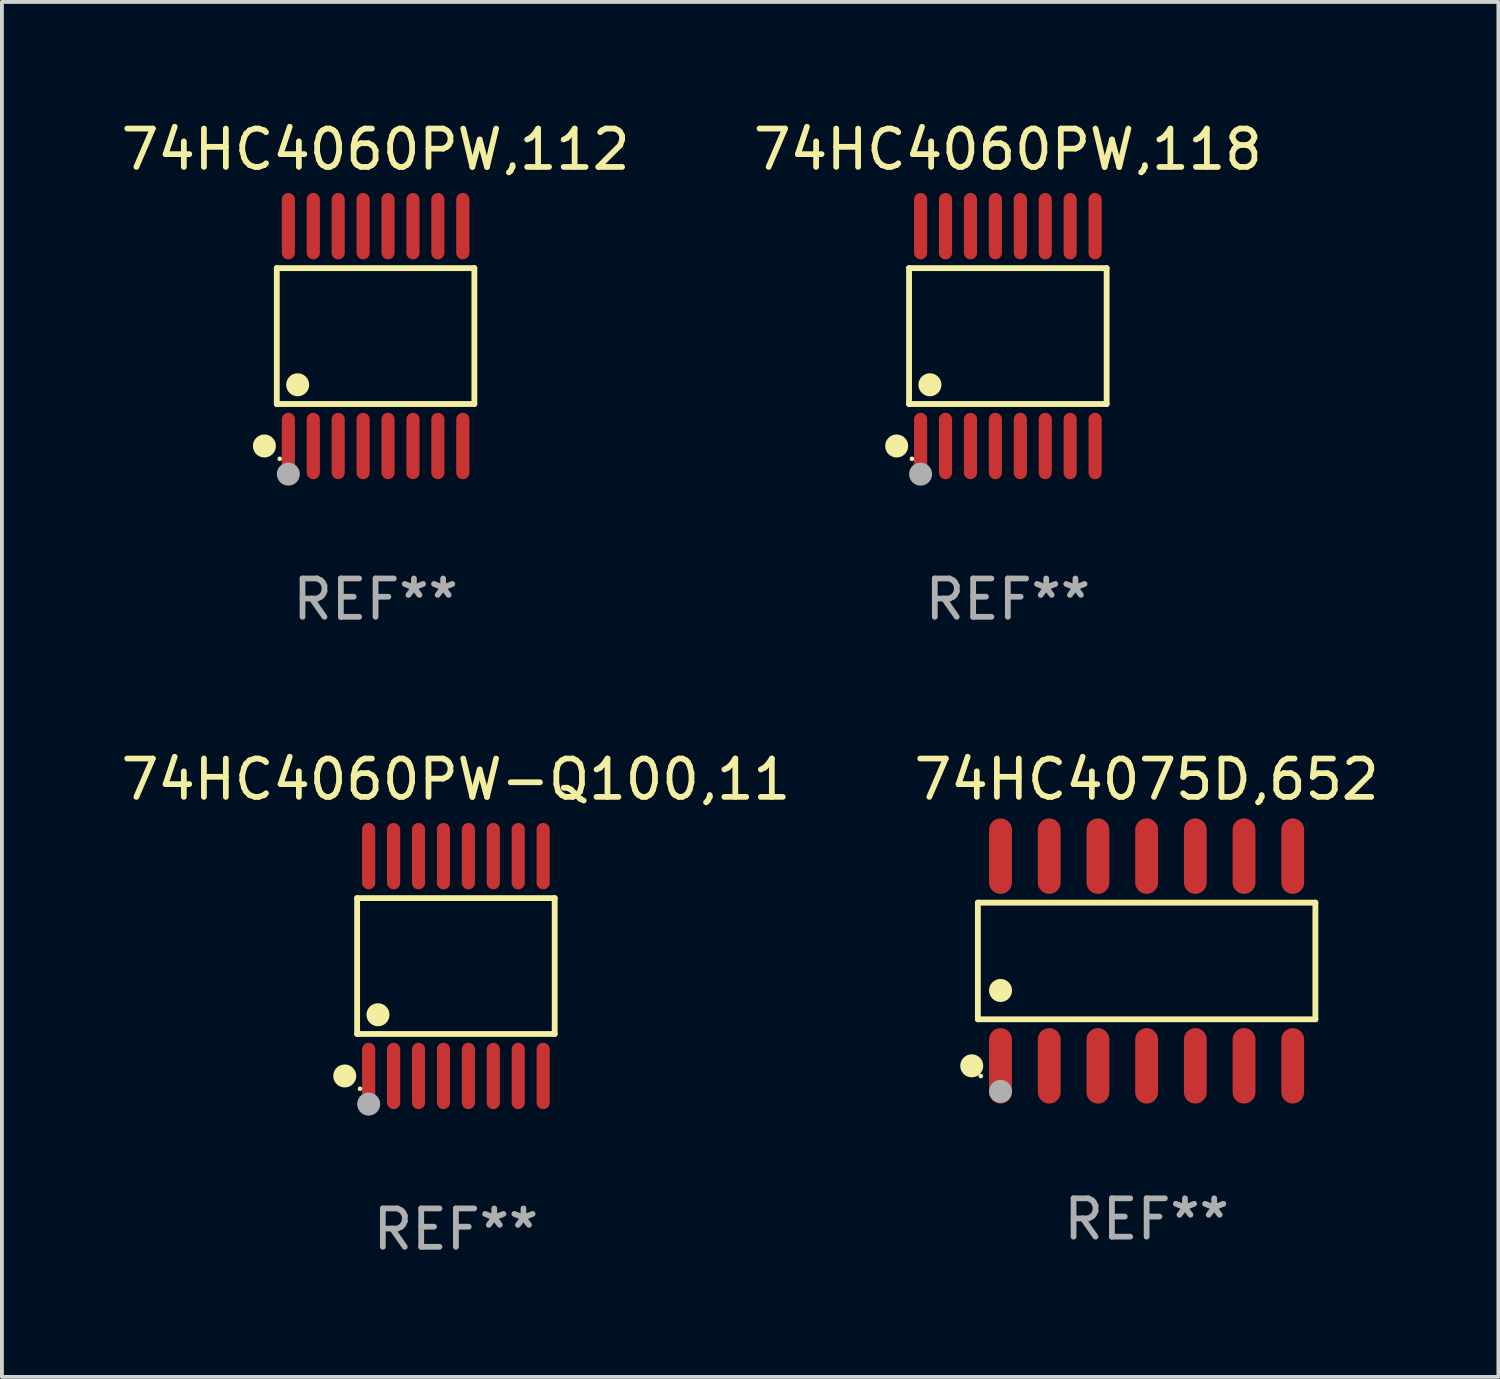
<source format=kicad_pcb>
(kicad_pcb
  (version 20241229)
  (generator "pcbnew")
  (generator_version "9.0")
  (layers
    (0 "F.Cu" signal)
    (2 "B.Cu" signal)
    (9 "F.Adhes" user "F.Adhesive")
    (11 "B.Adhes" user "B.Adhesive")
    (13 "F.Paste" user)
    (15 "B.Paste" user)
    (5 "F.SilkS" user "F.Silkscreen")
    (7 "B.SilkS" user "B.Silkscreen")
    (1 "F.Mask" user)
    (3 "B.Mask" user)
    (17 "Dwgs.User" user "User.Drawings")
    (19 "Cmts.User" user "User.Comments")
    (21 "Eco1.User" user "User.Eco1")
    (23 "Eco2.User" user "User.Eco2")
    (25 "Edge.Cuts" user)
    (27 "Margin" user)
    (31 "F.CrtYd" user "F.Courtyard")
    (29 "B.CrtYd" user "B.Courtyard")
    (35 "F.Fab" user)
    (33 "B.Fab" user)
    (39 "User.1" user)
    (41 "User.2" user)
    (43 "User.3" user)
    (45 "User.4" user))
  (footprint "74HC4075D,652"
    (layer "F.Cu")
    (at 26.851 22.01)
    (property "Reference" "74HC4075D,652" (at 0 -4.734 0) (layer "F.SilkS") (effects (font (size 1 1) (thickness 0.15))))
    (attr through_hole)
    (fp_line (start -4.401 -1.521) (end 4.401 -1.521) (stroke (width 0.152) (type solid)) (layer "F.SilkS"))
    (fp_line (start -4.401 1.521) (end -4.401 -1.521) (stroke (width 0.152) (type solid)) (layer "F.SilkS"))
    (fp_line (start 4.401 -1.521) (end 4.401 1.521) (stroke (width 0.152) (type solid)) (layer "F.SilkS"))
    (fp_line (start 4.401 1.521) (end -4.401 1.521) (stroke (width 0.152) (type solid)) (layer "F.SilkS"))
    (fp_circle (center -4.56 2.734) (end -4.41 2.734) (stroke (width 0.3) (type solid)) (fill no) (layer "F.SilkS"))
    (fp_circle (center -4.325 3) (end -4.295 3) (stroke (width 0.06) (type solid)) (fill no) (layer "F.SilkS"))
    (fp_circle (center -3.81 0.769) (end -3.66 0.769) (stroke (width 0.3) (type solid)) (fill no) (layer "F.SilkS"))
    (fp_circle (center -3.81 3.4) (end -3.66 3.4) (stroke (width 0.3) (type solid)) (fill no) (layer "F.Fab"))
    (fp_text user "REF**" (at 0 6.734 0) (layer "F.Fab") (effects (font (size 1 1) (thickness 0.15))))
    (pad "1" smd oval (at -3.81 2.734) (size 0.595 1.968) (layers "F.Cu" "F.Mask" "F.Paste"))
    (pad "2" smd oval (at -2.54 2.734) (size 0.595 1.968) (layers "F.Cu" "F.Mask" "F.Paste"))
    (pad "3" smd oval (at -1.27 2.734) (size 0.595 1.968) (layers "F.Cu" "F.Mask" "F.Paste"))
    (pad "4" smd oval (at 0 2.734) (size 0.595 1.968) (layers "F.Cu" "F.Mask" "F.Paste"))
    (pad "5" smd oval (at 1.27 2.734) (size 0.595 1.968) (layers "F.Cu" "F.Mask" "F.Paste"))
    (pad "6" smd oval (at 2.54 2.734) (size 0.595 1.968) (layers "F.Cu" "F.Mask" "F.Paste"))
    (pad "7" smd oval (at 3.81 2.734) (size 0.595 1.968) (layers "F.Cu" "F.Mask" "F.Paste"))
    (pad "8" smd oval (at 3.81 -2.734) (size 0.595 1.968) (layers "F.Cu" "F.Mask" "F.Paste"))
    (pad "9" smd oval (at 2.54 -2.734) (size 0.595 1.968) (layers "F.Cu" "F.Mask" "F.Paste"))
    (pad "10" smd oval (at 1.27 -2.734) (size 0.595 1.968) (layers "F.Cu" "F.Mask" "F.Paste"))
    (pad "11" smd oval (at 0 -2.734) (size 0.595 1.968) (layers "F.Cu" "F.Mask" "F.Paste"))
    (pad "12" smd oval (at -1.27 -2.734) (size 0.595 1.968) (layers "F.Cu" "F.Mask" "F.Paste"))
    (pad "13" smd oval (at -2.54 -2.734) (size 0.595 1.968) (layers "F.Cu" "F.Mask" "F.Paste"))
    (pad "14" smd oval (at -3.81 -2.734) (size 0.595 1.968) (layers "F.Cu" "F.Mask" "F.Paste")))
  (footprint "74HC4060PW,112"
    (layer "F.Cu")
    (at 6.744 5.714)
    (property "Reference" "74HC4060PW,112" (at 0 -4.866 0) (layer "F.SilkS") (effects (font (size 1 1) (thickness 0.15))))
    (attr through_hole)
    (fp_line (start -2.576 -1.772) (end 2.576 -1.772) (stroke (width 0.152) (type solid)) (layer "F.SilkS"))
    (fp_line (start -2.576 1.771) (end -2.576 -1.772) (stroke (width 0.152) (type solid)) (layer "F.SilkS"))
    (fp_line (start 2.576 -1.772) (end 2.576 1.771) (stroke (width 0.152) (type solid)) (layer "F.SilkS"))
    (fp_line (start 2.576 1.771) (end -2.576 1.771) (stroke (width 0.152) (type solid)) (layer "F.SilkS"))
    (fp_circle (center -2.899 2.866) (end -2.749 2.866) (stroke (width 0.3) (type solid)) (fill no) (layer "F.SilkS"))
    (fp_circle (center -2.5 3.2) (end -2.47 3.2) (stroke (width 0.06) (type solid)) (fill no) (layer "F.SilkS"))
    (fp_circle (center -2.032 1.27) (end -1.882 1.27) (stroke (width 0.3) (type solid)) (fill no) (layer "F.SilkS"))
    (fp_circle (center -2.275 3.6) (end -2.125 3.6) (stroke (width 0.3) (type solid)) (fill no) (layer "F.Fab"))
    (fp_text user "REF**" (at 0 6.866 0) (layer "F.Fab") (effects (font (size 1 1) (thickness 0.15))))
    (pad "1" smd oval (at -2.275 2.866) (size 0.343 1.731) (layers "F.Cu" "F.Mask" "F.Paste"))
    (pad "2" smd oval (at -1.625 2.866) (size 0.343 1.731) (layers "F.Cu" "F.Mask" "F.Paste"))
    (pad "3" smd oval (at -0.975 2.866) (size 0.343 1.731) (layers "F.Cu" "F.Mask" "F.Paste"))
    (pad "4" smd oval (at -0.325 2.866) (size 0.343 1.731) (layers "F.Cu" "F.Mask" "F.Paste"))
    (pad "5" smd oval (at 0.325 2.866) (size 0.343 1.731) (layers "F.Cu" "F.Mask" "F.Paste"))
    (pad "6" smd oval (at 0.975 2.866) (size 0.343 1.731) (layers "F.Cu" "F.Mask" "F.Paste"))
    (pad "7" smd oval (at 1.625 2.866) (size 0.343 1.731) (layers "F.Cu" "F.Mask" "F.Paste"))
    (pad "8" smd oval (at 2.275 2.866) (size 0.343 1.731) (layers "F.Cu" "F.Mask" "F.Paste"))
    (pad "9" smd oval (at 2.275 -2.866) (size 0.343 1.731) (layers "F.Cu" "F.Mask" "F.Paste"))
    (pad "10" smd oval (at 1.625 -2.866) (size 0.343 1.731) (layers "F.Cu" "F.Mask" "F.Paste"))
    (pad "11" smd oval (at 0.975 -2.866) (size 0.343 1.731) (layers "F.Cu" "F.Mask" "F.Paste"))
    (pad "12" smd oval (at 0.325 -2.866) (size 0.343 1.731) (layers "F.Cu" "F.Mask" "F.Paste"))
    (pad "13" smd oval (at -0.325 -2.866) (size 0.343 1.731) (layers "F.Cu" "F.Mask" "F.Paste"))
    (pad "14" smd oval (at -0.975 -2.866) (size 0.343 1.731) (layers "F.Cu" "F.Mask" "F.Paste"))
    (pad "15" smd oval (at -1.625 -2.866) (size 0.343 1.731) (layers "F.Cu" "F.Mask" "F.Paste"))
    (pad "16" smd oval (at -2.275 -2.866) (size 0.343 1.731) (layers "F.Cu" "F.Mask" "F.Paste")))
  (footprint "74HC4060PW-Q100,11"
    (layer "F.Cu")
    (at 8.839 22.142)
    (property "Reference" "74HC4060PW-Q100,11" (at 0 -4.866 0) (layer "F.SilkS") (effects (font (size 1 1) (thickness 0.15))))
    (attr through_hole)
    (fp_line (start -2.576 -1.772) (end 2.576 -1.772) (stroke (width 0.152) (type solid)) (layer "F.SilkS"))
    (fp_line (start -2.576 1.771) (end -2.576 -1.772) (stroke (width 0.152) (type solid)) (layer "F.SilkS"))
    (fp_line (start 2.576 -1.772) (end 2.576 1.771) (stroke (width 0.152) (type solid)) (layer "F.SilkS"))
    (fp_line (start 2.576 1.771) (end -2.576 1.771) (stroke (width 0.152) (type solid)) (layer "F.SilkS"))
    (fp_circle (center -2.899 2.866) (end -2.749 2.866) (stroke (width 0.3) (type solid)) (fill no) (layer "F.SilkS"))
    (fp_circle (center -2.5 3.2) (end -2.47 3.2) (stroke (width 0.06) (type solid)) (fill no) (layer "F.SilkS"))
    (fp_circle (center -2.032 1.27) (end -1.882 1.27) (stroke (width 0.3) (type solid)) (fill no) (layer "F.SilkS"))
    (fp_circle (center -2.275 3.6) (end -2.125 3.6) (stroke (width 0.3) (type solid)) (fill no) (layer "F.Fab"))
    (fp_text user "REF**" (at 0 6.866 0) (layer "F.Fab") (effects (font (size 1 1) (thickness 0.15))))
    (pad "1" smd oval (at -2.275 2.866) (size 0.343 1.731) (layers "F.Cu" "F.Mask" "F.Paste"))
    (pad "2" smd oval (at -1.625 2.866) (size 0.343 1.731) (layers "F.Cu" "F.Mask" "F.Paste"))
    (pad "3" smd oval (at -0.975 2.866) (size 0.343 1.731) (layers "F.Cu" "F.Mask" "F.Paste"))
    (pad "4" smd oval (at -0.325 2.866) (size 0.343 1.731) (layers "F.Cu" "F.Mask" "F.Paste"))
    (pad "5" smd oval (at 0.325 2.866) (size 0.343 1.731) (layers "F.Cu" "F.Mask" "F.Paste"))
    (pad "6" smd oval (at 0.975 2.866) (size 0.343 1.731) (layers "F.Cu" "F.Mask" "F.Paste"))
    (pad "7" smd oval (at 1.625 2.866) (size 0.343 1.731) (layers "F.Cu" "F.Mask" "F.Paste"))
    (pad "8" smd oval (at 2.275 2.866) (size 0.343 1.731) (layers "F.Cu" "F.Mask" "F.Paste"))
    (pad "9" smd oval (at 2.275 -2.866) (size 0.343 1.731) (layers "F.Cu" "F.Mask" "F.Paste"))
    (pad "10" smd oval (at 1.625 -2.866) (size 0.343 1.731) (layers "F.Cu" "F.Mask" "F.Paste"))
    (pad "11" smd oval (at 0.975 -2.866) (size 0.343 1.731) (layers "F.Cu" "F.Mask" "F.Paste"))
    (pad "12" smd oval (at 0.325 -2.866) (size 0.343 1.731) (layers "F.Cu" "F.Mask" "F.Paste"))
    (pad "13" smd oval (at -0.325 -2.866) (size 0.343 1.731) (layers "F.Cu" "F.Mask" "F.Paste"))
    (pad "14" smd oval (at -0.975 -2.866) (size 0.343 1.731) (layers "F.Cu" "F.Mask" "F.Paste"))
    (pad "15" smd oval (at -1.625 -2.866) (size 0.343 1.731) (layers "F.Cu" "F.Mask" "F.Paste"))
    (pad "16" smd oval (at -2.275 -2.866) (size 0.343 1.731) (layers "F.Cu" "F.Mask" "F.Paste")))
  (footprint "74HC4060PW,118"
    (layer "F.Cu")
    (at 23.232 5.714)
    (property "Reference" "74HC4060PW,118" (at 0 -4.866 0) (layer "F.SilkS") (effects (font (size 1 1) (thickness 0.15))))
    (attr through_hole)
    (fp_line (start -2.576 -1.772) (end 2.576 -1.772) (stroke (width 0.152) (type solid)) (layer "F.SilkS"))
    (fp_line (start -2.576 1.771) (end -2.576 -1.772) (stroke (width 0.152) (type solid)) (layer "F.SilkS"))
    (fp_line (start 2.576 -1.772) (end 2.576 1.771) (stroke (width 0.152) (type solid)) (layer "F.SilkS"))
    (fp_line (start 2.576 1.771) (end -2.576 1.771) (stroke (width 0.152) (type solid)) (layer "F.SilkS"))
    (fp_circle (center -2.899 2.866) (end -2.749 2.866) (stroke (width 0.3) (type solid)) (fill no) (layer "F.SilkS"))
    (fp_circle (center -2.5 3.2) (end -2.47 3.2) (stroke (width 0.06) (type solid)) (fill no) (layer "F.SilkS"))
    (fp_circle (center -2.032 1.27) (end -1.882 1.27) (stroke (width 0.3) (type solid)) (fill no) (layer "F.SilkS"))
    (fp_circle (center -2.275 3.6) (end -2.125 3.6) (stroke (width 0.3) (type solid)) (fill no) (layer "F.Fab"))
    (fp_text user "REF**" (at 0 6.866 0) (layer "F.Fab") (effects (font (size 1 1) (thickness 0.15))))
    (pad "1" smd oval (at -2.275 2.866) (size 0.343 1.731) (layers "F.Cu" "F.Mask" "F.Paste"))
    (pad "2" smd oval (at -1.625 2.866) (size 0.343 1.731) (layers "F.Cu" "F.Mask" "F.Paste"))
    (pad "3" smd oval (at -0.975 2.866) (size 0.343 1.731) (layers "F.Cu" "F.Mask" "F.Paste"))
    (pad "4" smd oval (at -0.325 2.866) (size 0.343 1.731) (layers "F.Cu" "F.Mask" "F.Paste"))
    (pad "5" smd oval (at 0.325 2.866) (size 0.343 1.731) (layers "F.Cu" "F.Mask" "F.Paste"))
    (pad "6" smd oval (at 0.975 2.866) (size 0.343 1.731) (layers "F.Cu" "F.Mask" "F.Paste"))
    (pad "7" smd oval (at 1.625 2.866) (size 0.343 1.731) (layers "F.Cu" "F.Mask" "F.Paste"))
    (pad "8" smd oval (at 2.275 2.866) (size 0.343 1.731) (layers "F.Cu" "F.Mask" "F.Paste"))
    (pad "9" smd oval (at 2.275 -2.866) (size 0.343 1.731) (layers "F.Cu" "F.Mask" "F.Paste"))
    (pad "10" smd oval (at 1.625 -2.866) (size 0.343 1.731) (layers "F.Cu" "F.Mask" "F.Paste"))
    (pad "11" smd oval (at 0.975 -2.866) (size 0.343 1.731) (layers "F.Cu" "F.Mask" "F.Paste"))
    (pad "12" smd oval (at 0.325 -2.866) (size 0.343 1.731) (layers "F.Cu" "F.Mask" "F.Paste"))
    (pad "13" smd oval (at -0.325 -2.866) (size 0.343 1.731) (layers "F.Cu" "F.Mask" "F.Paste"))
    (pad "14" smd oval (at -0.975 -2.866) (size 0.343 1.731) (layers "F.Cu" "F.Mask" "F.Paste"))
    (pad "15" smd oval (at -1.625 -2.866) (size 0.343 1.731) (layers "F.Cu" "F.Mask" "F.Paste"))
    (pad "16" smd oval (at -2.275 -2.866) (size 0.343 1.731) (layers "F.Cu" "F.Mask" "F.Paste")))
  (gr_rect
    (start -3 -3)
    (end 36.024 32.856)
    (stroke (width 0.1) (type default))
    (fill no)
    (layer "Edge.Cuts")))
</source>
